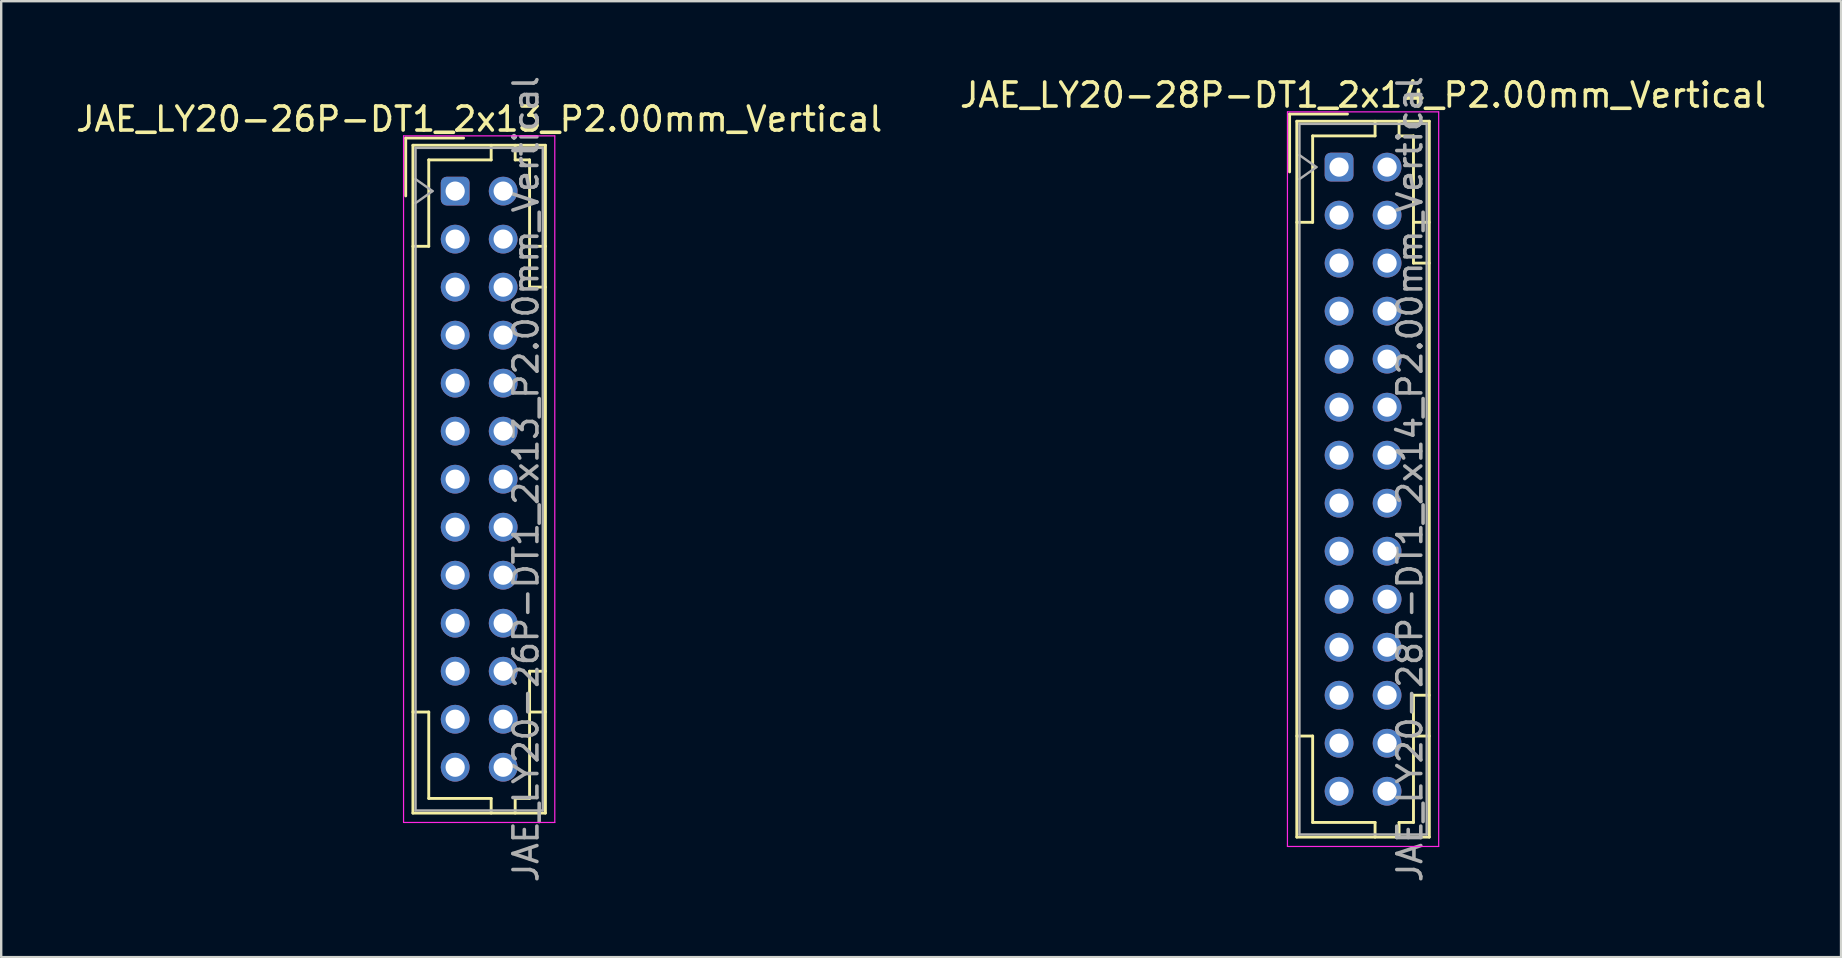
<source format=kicad_pcb>
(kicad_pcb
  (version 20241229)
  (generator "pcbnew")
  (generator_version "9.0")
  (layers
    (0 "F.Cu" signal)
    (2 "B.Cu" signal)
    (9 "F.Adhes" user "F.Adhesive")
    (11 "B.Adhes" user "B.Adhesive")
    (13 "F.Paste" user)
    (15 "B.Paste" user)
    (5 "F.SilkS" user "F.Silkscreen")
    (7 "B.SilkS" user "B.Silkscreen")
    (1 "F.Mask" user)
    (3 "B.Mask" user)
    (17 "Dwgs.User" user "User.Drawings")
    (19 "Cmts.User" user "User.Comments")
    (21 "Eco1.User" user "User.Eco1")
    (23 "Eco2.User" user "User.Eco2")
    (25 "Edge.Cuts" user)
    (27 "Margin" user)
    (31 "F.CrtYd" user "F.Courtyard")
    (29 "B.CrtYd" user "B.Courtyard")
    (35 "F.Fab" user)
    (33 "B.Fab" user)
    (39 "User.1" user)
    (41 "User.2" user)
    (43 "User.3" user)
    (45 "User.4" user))
  (footprint "JAE_LY20-28P-DT1_2x14_P2.00mm_Vertical"
    (layer "F.Cu")
    (at 52.732 3.911)
    (property "Reference" "JAE_LY20-28P-DT1_2x14_P2.00mm_Vertical" (at 1 -3 0) (layer "F.SilkS") (effects (font (size 1 1) (thickness 0.15))))
    (attr through_hole)
    (fp_line (start -2.06 -2.21) (end -2.06 0.2) (stroke (width 0.12) (type solid)) (layer "F.SilkS"))
    (fp_line (start -1.76 -1.91) (end -1.76 27.91) (stroke (width 0.12) (type solid)) (layer "F.SilkS"))
    (fp_line (start -1.76 27.91) (end 3.76 27.91) (stroke (width 0.12) (type solid)) (layer "F.SilkS"))
    (fp_line (start -1.1 -1.3) (end -1.1 2.3) (stroke (width 0.12) (type solid)) (layer "F.SilkS"))
    (fp_line (start -1.1 2.3) (end -1.76 2.3) (stroke (width 0.12) (type solid)) (layer "F.SilkS"))
    (fp_line (start -1.1 23.7) (end -1.76 23.7) (stroke (width 0.12) (type solid)) (layer "F.SilkS"))
    (fp_line (start -1.1 27.3) (end -1.1 23.7) (stroke (width 0.12) (type solid)) (layer "F.SilkS"))
    (fp_line (start 0.35 -2.21) (end -2.06 -2.21) (stroke (width 0.12) (type solid)) (layer "F.SilkS"))
    (fp_line (start 1.5 -1.91) (end 1.5 -1.3) (stroke (width 0.12) (type solid)) (layer "F.SilkS"))
    (fp_line (start 1.5 -1.3) (end -1.1 -1.3) (stroke (width 0.12) (type solid)) (layer "F.SilkS"))
    (fp_line (start 1.5 27.3) (end -1.1 27.3) (stroke (width 0.12) (type solid)) (layer "F.SilkS"))
    (fp_line (start 1.5 27.91) (end 1.5 27.3) (stroke (width 0.12) (type solid)) (layer "F.SilkS"))
    (fp_line (start 2.5 -1.91) (end 2.5 -1.3) (stroke (width 0.12) (type solid)) (layer "F.SilkS"))
    (fp_line (start 2.5 -1.3) (end 3.1 -1.3) (stroke (width 0.12) (type solid)) (layer "F.SilkS"))
    (fp_line (start 2.5 27.3) (end 3.1 27.3) (stroke (width 0.12) (type solid)) (layer "F.SilkS"))
    (fp_line (start 2.5 27.91) (end 2.5 27.3) (stroke (width 0.12) (type solid)) (layer "F.SilkS"))
    (fp_line (start 3.1 -1.3) (end 3.1 4) (stroke (width 0.12) (type solid)) (layer "F.SilkS"))
    (fp_line (start 3.1 4) (end 3.76 4) (stroke (width 0.12) (type solid)) (layer "F.SilkS"))
    (fp_line (start 3.1 22) (end 3.76 22) (stroke (width 0.12) (type solid)) (layer "F.SilkS"))
    (fp_line (start 3.1 27.3) (end 3.1 22) (stroke (width 0.12) (type solid)) (layer "F.SilkS"))
    (fp_line (start 3.76 -1.91) (end -1.76 -1.91) (stroke (width 0.12) (type solid)) (layer "F.SilkS"))
    (fp_line (start 3.76 2.3) (end 3.1 2.3) (stroke (width 0.12) (type solid)) (layer "F.SilkS"))
    (fp_line (start 3.76 23.7) (end 3.1 23.7) (stroke (width 0.12) (type solid)) (layer "F.SilkS"))
    (fp_line (start 3.76 27.91) (end 3.76 -1.91) (stroke (width 0.12) (type solid)) (layer "F.SilkS"))
    (fp_line (start -2.15 -2.3) (end -2.15 28.3) (stroke (width 0.05) (type solid)) (layer "F.CrtYd"))
    (fp_line (start -2.15 28.3) (end 4.15 28.3) (stroke (width 0.05) (type solid)) (layer "F.CrtYd"))
    (fp_line (start 4.15 -2.3) (end -2.15 -2.3) (stroke (width 0.05) (type solid)) (layer "F.CrtYd"))
    (fp_line (start 4.15 28.3) (end 4.15 -2.3) (stroke (width 0.05) (type solid)) (layer "F.CrtYd"))
    (fp_line (start -1.65 -1.8) (end -1.65 27.8) (stroke (width 0.1) (type solid)) (layer "F.Fab"))
    (fp_line (start -1.65 0.5) (end -0.943 0) (stroke (width 0.1) (type solid)) (layer "F.Fab"))
    (fp_line (start -1.65 27.8) (end 3.65 27.8) (stroke (width 0.1) (type solid)) (layer "F.Fab"))
    (fp_line (start -0.943 0) (end -1.65 -0.5) (stroke (width 0.1) (type solid)) (layer "F.Fab"))
    (fp_line (start 3.65 -1.8) (end -1.65 -1.8) (stroke (width 0.1) (type solid)) (layer "F.Fab"))
    (fp_line (start 3.65 27.8) (end 3.65 -1.8) (stroke (width 0.1) (type solid)) (layer "F.Fab"))
    (fp_text user "${REFERENCE}" (at 2.95 13 90) (layer "F.Fab") (effects (font (size 1 1) (thickness 0.15))))
    (pad "a1" thru_hole roundrect (at 0 0) (size 1.2 1.2) (drill 0.8) (layers "*.Cu" "*.Mask") (roundrect_rratio 0.208))
    (pad "a2" thru_hole circle (at 0 2) (size 1.2 1.2) (drill 0.8) (layers "*.Cu" "*.Mask"))
    (pad "a3" thru_hole circle (at 0 4) (size 1.2 1.2) (drill 0.8) (layers "*.Cu" "*.Mask"))
    (pad "a4" thru_hole circle (at 0 6) (size 1.2 1.2) (drill 0.8) (layers "*.Cu" "*.Mask"))
    (pad "a5" thru_hole circle (at 0 8) (size 1.2 1.2) (drill 0.8) (layers "*.Cu" "*.Mask"))
    (pad "a6" thru_hole circle (at 0 10) (size 1.2 1.2) (drill 0.8) (layers "*.Cu" "*.Mask"))
    (pad "a7" thru_hole circle (at 0 12) (size 1.2 1.2) (drill 0.8) (layers "*.Cu" "*.Mask"))
    (pad "a8" thru_hole circle (at 0 14) (size 1.2 1.2) (drill 0.8) (layers "*.Cu" "*.Mask"))
    (pad "a9" thru_hole circle (at 0 16) (size 1.2 1.2) (drill 0.8) (layers "*.Cu" "*.Mask"))
    (pad "a10" thru_hole circle (at 0 18) (size 1.2 1.2) (drill 0.8) (layers "*.Cu" "*.Mask"))
    (pad "a11" thru_hole circle (at 0 20) (size 1.2 1.2) (drill 0.8) (layers "*.Cu" "*.Mask"))
    (pad "a12" thru_hole circle (at 0 22) (size 1.2 1.2) (drill 0.8) (layers "*.Cu" "*.Mask"))
    (pad "a13" thru_hole circle (at 0 24) (size 1.2 1.2) (drill 0.8) (layers "*.Cu" "*.Mask"))
    (pad "a14" thru_hole circle (at 0 26) (size 1.2 1.2) (drill 0.8) (layers "*.Cu" "*.Mask"))
    (pad "b1" thru_hole circle (at 2 0) (size 1.2 1.2) (drill 0.8) (layers "*.Cu" "*.Mask"))
    (pad "b2" thru_hole circle (at 2 2) (size 1.2 1.2) (drill 0.8) (layers "*.Cu" "*.Mask"))
    (pad "b3" thru_hole circle (at 2 4) (size 1.2 1.2) (drill 0.8) (layers "*.Cu" "*.Mask"))
    (pad "b4" thru_hole circle (at 2 6) (size 1.2 1.2) (drill 0.8) (layers "*.Cu" "*.Mask"))
    (pad "b5" thru_hole circle (at 2 8) (size 1.2 1.2) (drill 0.8) (layers "*.Cu" "*.Mask"))
    (pad "b6" thru_hole circle (at 2 10) (size 1.2 1.2) (drill 0.8) (layers "*.Cu" "*.Mask"))
    (pad "b7" thru_hole circle (at 2 12) (size 1.2 1.2) (drill 0.8) (layers "*.Cu" "*.Mask"))
    (pad "b8" thru_hole circle (at 2 14) (size 1.2 1.2) (drill 0.8) (layers "*.Cu" "*.Mask"))
    (pad "b9" thru_hole circle (at 2 16) (size 1.2 1.2) (drill 0.8) (layers "*.Cu" "*.Mask"))
    (pad "b10" thru_hole circle (at 2 18) (size 1.2 1.2) (drill 0.8) (layers "*.Cu" "*.Mask"))
    (pad "b11" thru_hole circle (at 2 20) (size 1.2 1.2) (drill 0.8) (layers "*.Cu" "*.Mask"))
    (pad "b12" thru_hole circle (at 2 22) (size 1.2 1.2) (drill 0.8) (layers "*.Cu" "*.Mask"))
    (pad "b13" thru_hole circle (at 2 24) (size 1.2 1.2) (drill 0.8) (layers "*.Cu" "*.Mask"))
    (pad "b14" thru_hole circle (at 2 26) (size 1.2 1.2) (drill 0.8) (layers "*.Cu" "*.Mask")))
  (footprint "JAE_LY20-26P-DT1_2x13_P2.00mm_Vertical"
    (layer "F.Cu")
    (at 15.911 4.911)
    (property "Reference" "JAE_LY20-26P-DT1_2x13_P2.00mm_Vertical" (at 1 -3 0) (layer "F.SilkS") (effects (font (size 1 1) (thickness 0.15))))
    (attr through_hole)
    (fp_line (start -2.06 -2.21) (end -2.06 0.2) (stroke (width 0.12) (type solid)) (layer "F.SilkS"))
    (fp_line (start -1.76 -1.91) (end -1.76 25.91) (stroke (width 0.12) (type solid)) (layer "F.SilkS"))
    (fp_line (start -1.76 25.91) (end 3.76 25.91) (stroke (width 0.12) (type solid)) (layer "F.SilkS"))
    (fp_line (start -1.1 -1.3) (end -1.1 2.3) (stroke (width 0.12) (type solid)) (layer "F.SilkS"))
    (fp_line (start -1.1 2.3) (end -1.76 2.3) (stroke (width 0.12) (type solid)) (layer "F.SilkS"))
    (fp_line (start -1.1 21.7) (end -1.76 21.7) (stroke (width 0.12) (type solid)) (layer "F.SilkS"))
    (fp_line (start -1.1 25.3) (end -1.1 21.7) (stroke (width 0.12) (type solid)) (layer "F.SilkS"))
    (fp_line (start 0.35 -2.21) (end -2.06 -2.21) (stroke (width 0.12) (type solid)) (layer "F.SilkS"))
    (fp_line (start 1.5 -1.91) (end 1.5 -1.3) (stroke (width 0.12) (type solid)) (layer "F.SilkS"))
    (fp_line (start 1.5 -1.3) (end -1.1 -1.3) (stroke (width 0.12) (type solid)) (layer "F.SilkS"))
    (fp_line (start 1.5 25.3) (end -1.1 25.3) (stroke (width 0.12) (type solid)) (layer "F.SilkS"))
    (fp_line (start 1.5 25.91) (end 1.5 25.3) (stroke (width 0.12) (type solid)) (layer "F.SilkS"))
    (fp_line (start 2.5 -1.91) (end 2.5 -1.3) (stroke (width 0.12) (type solid)) (layer "F.SilkS"))
    (fp_line (start 2.5 -1.3) (end 3.1 -1.3) (stroke (width 0.12) (type solid)) (layer "F.SilkS"))
    (fp_line (start 2.5 25.3) (end 3.1 25.3) (stroke (width 0.12) (type solid)) (layer "F.SilkS"))
    (fp_line (start 2.5 25.91) (end 2.5 25.3) (stroke (width 0.12) (type solid)) (layer "F.SilkS"))
    (fp_line (start 3.1 -1.3) (end 3.1 4) (stroke (width 0.12) (type solid)) (layer "F.SilkS"))
    (fp_line (start 3.1 4) (end 3.76 4) (stroke (width 0.12) (type solid)) (layer "F.SilkS"))
    (fp_line (start 3.1 20) (end 3.76 20) (stroke (width 0.12) (type solid)) (layer "F.SilkS"))
    (fp_line (start 3.1 25.3) (end 3.1 20) (stroke (width 0.12) (type solid)) (layer "F.SilkS"))
    (fp_line (start 3.76 -1.91) (end -1.76 -1.91) (stroke (width 0.12) (type solid)) (layer "F.SilkS"))
    (fp_line (start 3.76 2.3) (end 3.1 2.3) (stroke (width 0.12) (type solid)) (layer "F.SilkS"))
    (fp_line (start 3.76 21.7) (end 3.1 21.7) (stroke (width 0.12) (type solid)) (layer "F.SilkS"))
    (fp_line (start 3.76 25.91) (end 3.76 -1.91) (stroke (width 0.12) (type solid)) (layer "F.SilkS"))
    (fp_line (start -2.15 -2.3) (end -2.15 26.3) (stroke (width 0.05) (type solid)) (layer "F.CrtYd"))
    (fp_line (start -2.15 26.3) (end 4.15 26.3) (stroke (width 0.05) (type solid)) (layer "F.CrtYd"))
    (fp_line (start 4.15 -2.3) (end -2.15 -2.3) (stroke (width 0.05) (type solid)) (layer "F.CrtYd"))
    (fp_line (start 4.15 26.3) (end 4.15 -2.3) (stroke (width 0.05) (type solid)) (layer "F.CrtYd"))
    (fp_line (start -1.65 -1.8) (end -1.65 25.8) (stroke (width 0.1) (type solid)) (layer "F.Fab"))
    (fp_line (start -1.65 0.5) (end -0.943 0) (stroke (width 0.1) (type solid)) (layer "F.Fab"))
    (fp_line (start -1.65 25.8) (end 3.65 25.8) (stroke (width 0.1) (type solid)) (layer "F.Fab"))
    (fp_line (start -0.943 0) (end -1.65 -0.5) (stroke (width 0.1) (type solid)) (layer "F.Fab"))
    (fp_line (start 3.65 -1.8) (end -1.65 -1.8) (stroke (width 0.1) (type solid)) (layer "F.Fab"))
    (fp_line (start 3.65 25.8) (end 3.65 -1.8) (stroke (width 0.1) (type solid)) (layer "F.Fab"))
    (fp_text user "${REFERENCE}" (at 2.95 12 90) (layer "F.Fab") (effects (font (size 1 1) (thickness 0.15))))
    (pad "a1" thru_hole roundrect (at 0 0) (size 1.2 1.2) (drill 0.8) (layers "*.Cu" "*.Mask") (roundrect_rratio 0.208))
    (pad "a2" thru_hole circle (at 0 2) (size 1.2 1.2) (drill 0.8) (layers "*.Cu" "*.Mask"))
    (pad "a3" thru_hole circle (at 0 4) (size 1.2 1.2) (drill 0.8) (layers "*.Cu" "*.Mask"))
    (pad "a4" thru_hole circle (at 0 6) (size 1.2 1.2) (drill 0.8) (layers "*.Cu" "*.Mask"))
    (pad "a5" thru_hole circle (at 0 8) (size 1.2 1.2) (drill 0.8) (layers "*.Cu" "*.Mask"))
    (pad "a6" thru_hole circle (at 0 10) (size 1.2 1.2) (drill 0.8) (layers "*.Cu" "*.Mask"))
    (pad "a7" thru_hole circle (at 0 12) (size 1.2 1.2) (drill 0.8) (layers "*.Cu" "*.Mask"))
    (pad "a8" thru_hole circle (at 0 14) (size 1.2 1.2) (drill 0.8) (layers "*.Cu" "*.Mask"))
    (pad "a9" thru_hole circle (at 0 16) (size 1.2 1.2) (drill 0.8) (layers "*.Cu" "*.Mask"))
    (pad "a10" thru_hole circle (at 0 18) (size 1.2 1.2) (drill 0.8) (layers "*.Cu" "*.Mask"))
    (pad "a11" thru_hole circle (at 0 20) (size 1.2 1.2) (drill 0.8) (layers "*.Cu" "*.Mask"))
    (pad "a12" thru_hole circle (at 0 22) (size 1.2 1.2) (drill 0.8) (layers "*.Cu" "*.Mask"))
    (pad "a13" thru_hole circle (at 0 24) (size 1.2 1.2) (drill 0.8) (layers "*.Cu" "*.Mask"))
    (pad "b1" thru_hole circle (at 2 0) (size 1.2 1.2) (drill 0.8) (layers "*.Cu" "*.Mask"))
    (pad "b2" thru_hole circle (at 2 2) (size 1.2 1.2) (drill 0.8) (layers "*.Cu" "*.Mask"))
    (pad "b3" thru_hole circle (at 2 4) (size 1.2 1.2) (drill 0.8) (layers "*.Cu" "*.Mask"))
    (pad "b4" thru_hole circle (at 2 6) (size 1.2 1.2) (drill 0.8) (layers "*.Cu" "*.Mask"))
    (pad "b5" thru_hole circle (at 2 8) (size 1.2 1.2) (drill 0.8) (layers "*.Cu" "*.Mask"))
    (pad "b6" thru_hole circle (at 2 10) (size 1.2 1.2) (drill 0.8) (layers "*.Cu" "*.Mask"))
    (pad "b7" thru_hole circle (at 2 12) (size 1.2 1.2) (drill 0.8) (layers "*.Cu" "*.Mask"))
    (pad "b8" thru_hole circle (at 2 14) (size 1.2 1.2) (drill 0.8) (layers "*.Cu" "*.Mask"))
    (pad "b9" thru_hole circle (at 2 16) (size 1.2 1.2) (drill 0.8) (layers "*.Cu" "*.Mask"))
    (pad "b10" thru_hole circle (at 2 18) (size 1.2 1.2) (drill 0.8) (layers "*.Cu" "*.Mask"))
    (pad "b11" thru_hole circle (at 2 20) (size 1.2 1.2) (drill 0.8) (layers "*.Cu" "*.Mask"))
    (pad "b12" thru_hole circle (at 2 22) (size 1.2 1.2) (drill 0.8) (layers "*.Cu" "*.Mask"))
    (pad "b13" thru_hole circle (at 2 24) (size 1.2 1.2) (drill 0.8) (layers "*.Cu" "*.Mask")))
  (gr_rect
    (start -3 -3)
    (end 73.643 36.821)
    (stroke (width 0.1) (type default))
    (fill no)
    (layer "Edge.Cuts")))
</source>
